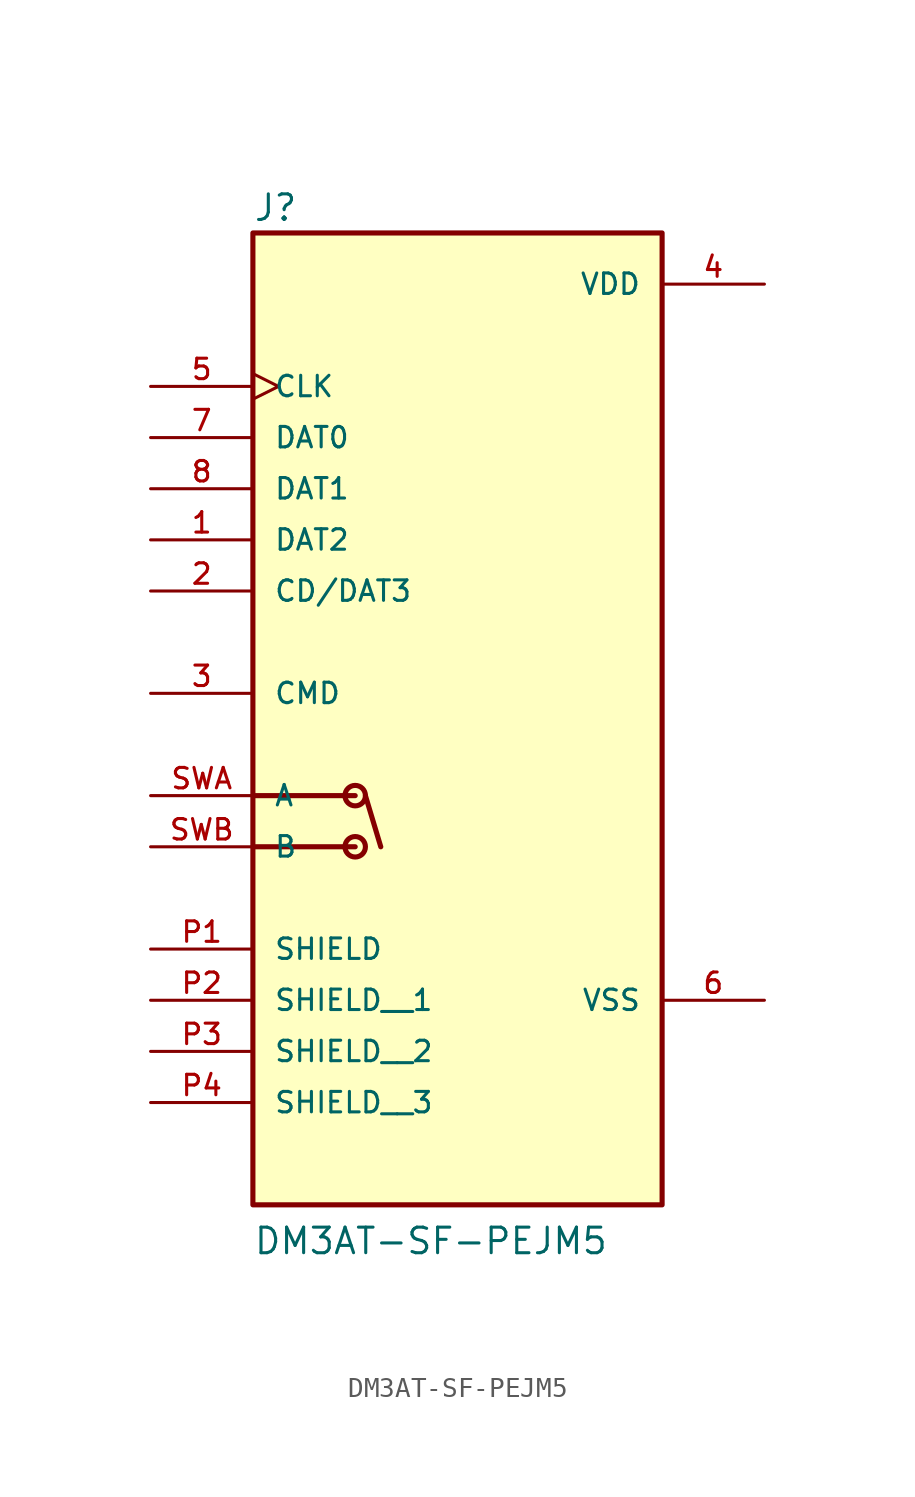
<source format=kicad_sym>
(kicad_symbol_lib
  (version 20211014)
  (generator kicad_symbol_editor)
  (symbol "DM3AT-SF-PEJM5"
    (pin_names
      (offset 1.016))
    (property "Reference" "J"
      (at -10.16 20.828 0)
      (effects (font (size 1.27 1.27)) (justify bottom left)))
    (property "Value" "DM3AT-SF-PEJM5"
      (at -10.16 -30.48 0)
      (effects (font (size 1.27 1.27)) (justify bottom left)))
    (symbol "DM3AT-SF-PEJM5_0_0"
      (polyline (pts (xy -10.16 -7.62) (xy -5.08 -7.62)) (stroke (width 0.254)))
      (polyline (pts (xy -10.16 -10.16) (xy -5.08 -10.16)) (stroke (width 0.254)))
      (circle (center -5.08 -7.62) (radius 0.508) (stroke (width 0.254)) (fill (type none)))
      (circle (center -5.08 -10.16) (radius 0.508) (stroke (width 0.254)) (fill (type none)))
      (polyline (pts (xy -4.572 -7.62) (xy -3.81 -10.16)) (stroke (width 0.254)))
      (rectangle (start -10.16 -27.94) (end 10.16 20.32) (stroke (width 0.254)) (fill (type background)))
      (pin bidirectional line (at -15.24 10.16 0) (length 5.08) (name "DAT0" (effects (font (size 1.016 1.016)))) (number "7" (effects (font (size 1.016 1.016)))))
      (pin bidirectional line (at -15.24 7.62 0) (length 5.08) (name "DAT1" (effects (font (size 1.016 1.016)))) (number "8" (effects (font (size 1.016 1.016)))))
      (pin bidirectional line (at -15.24 5.08 0) (length 5.08) (name "DAT2" (effects (font (size 1.016 1.016)))) (number "1" (effects (font (size 1.016 1.016)))))
      (pin bidirectional line (at -15.24 2.54 0) (length 5.08) (name "CD/DAT3" (effects (font (size 1.016 1.016)))) (number "2" (effects (font (size 1.016 1.016)))))
      (pin bidirectional line (at -15.24 -2.54 0) (length 5.08) (name "CMD" (effects (font (size 1.016 1.016)))) (number "3" (effects (font (size 1.016 1.016)))))
      (pin bidirectional clock (at -15.24 12.7 0) (length 5.08) (name "CLK" (effects (font (size 1.016 1.016)))) (number "5" (effects (font (size 1.016 1.016)))))
      (pin power_in line (at 15.24 17.78 180.0) (length 5.08) (name "VDD" (effects (font (size 1.016 1.016)))) (number "4" (effects (font (size 1.016 1.016)))))
      (pin power_in line (at 15.24 -17.78 180.0) (length 5.08) (name "VSS" (effects (font (size 1.016 1.016)))) (number "6" (effects (font (size 1.016 1.016)))))
      (pin bidirectional line (at -15.24 -7.62 0) (length 5.08) (name "A" (effects (font (size 1.016 1.016)))) (number "SWA" (effects (font (size 1.016 1.016)))))
      (pin bidirectional line (at -15.24 -10.16 0) (length 5.08) (name "B" (effects (font (size 1.016 1.016)))) (number "SWB" (effects (font (size 1.016 1.016)))))
      (pin passive line (at -15.24 -15.24 0) (length 5.08) (name "SHIELD" (effects (font (size 1.016 1.016)))) (number "P1" (effects (font (size 1.016 1.016)))))
      (pin passive line (at -15.24 -17.78 0) (length 5.08) (name "SHIELD__1" (effects (font (size 1.016 1.016)))) (number "P2" (effects (font (size 1.016 1.016)))))
      (pin passive line (at -15.24 -20.32 0) (length 5.08) (name "SHIELD__2" (effects (font (size 1.016 1.016)))) (number "P3" (effects (font (size 1.016 1.016)))))
      (pin passive line (at -15.24 -22.86 0) (length 5.08) (name "SHIELD__3" (effects (font (size 1.016 1.016)))) (number "P4" (effects (font (size 1.016 1.016))))))))
</source>
